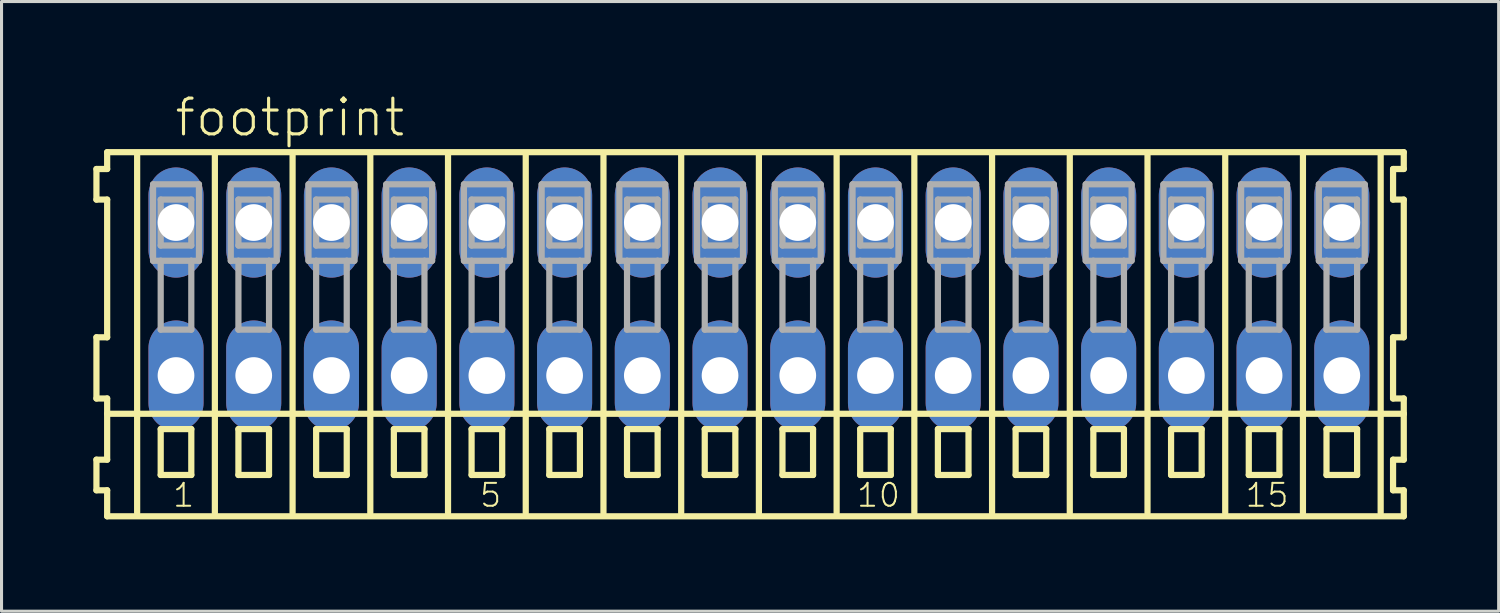
<source format=kicad_pcb>
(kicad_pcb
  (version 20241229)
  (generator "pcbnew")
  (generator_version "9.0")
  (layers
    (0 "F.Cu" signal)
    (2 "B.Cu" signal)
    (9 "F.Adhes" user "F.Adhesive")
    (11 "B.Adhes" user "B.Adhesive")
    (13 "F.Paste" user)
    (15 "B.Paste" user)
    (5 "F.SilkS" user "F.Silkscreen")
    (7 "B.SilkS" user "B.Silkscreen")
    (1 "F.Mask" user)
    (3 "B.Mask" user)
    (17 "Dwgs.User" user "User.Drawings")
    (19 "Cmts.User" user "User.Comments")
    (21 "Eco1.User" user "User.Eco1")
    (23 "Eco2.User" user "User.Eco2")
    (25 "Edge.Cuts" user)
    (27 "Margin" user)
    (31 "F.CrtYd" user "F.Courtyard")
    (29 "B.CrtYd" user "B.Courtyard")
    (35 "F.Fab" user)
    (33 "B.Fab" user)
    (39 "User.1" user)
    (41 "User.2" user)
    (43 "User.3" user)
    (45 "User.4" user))
  (footprint "footprint"
    (layer "F.Cu")
    (at 21.752 6.723)
    (property "Reference" "footprint" (at -19.15 -5.25 0) (layer "F.SilkS") (effects (font (size 1.168 1.168) (thickness 0.102)) (justify left bottom)))
    (fp_line (start -21.65 -4.25) (end -21.65 -3.25) (stroke (width 0.203) (type solid)) (layer "F.SilkS"))
    (fp_line (start -21.65 -3.25) (end -21.3 -3.25) (stroke (width 0.203) (type solid)) (layer "F.SilkS"))
    (fp_line (start -21.65 1.25) (end -21.65 3.25) (stroke (width 0.203) (type solid)) (layer "F.SilkS"))
    (fp_line (start -21.65 3.25) (end -21.3 3.25) (stroke (width 0.203) (type solid)) (layer "F.SilkS"))
    (fp_line (start -21.65 5.25) (end -21.65 6.25) (stroke (width 0.203) (type solid)) (layer "F.SilkS"))
    (fp_line (start -21.65 6.25) (end -21.3 6.25) (stroke (width 0.203) (type solid)) (layer "F.SilkS"))
    (fp_line (start -21.3 -4.8) (end -21.3 -4.25) (stroke (width 0.203) (type solid)) (layer "F.SilkS"))
    (fp_line (start -21.3 -4.25) (end -21.65 -4.25) (stroke (width 0.203) (type solid)) (layer "F.SilkS"))
    (fp_line (start -21.3 -3.25) (end -21.3 1.25) (stroke (width 0.203) (type solid)) (layer "F.SilkS"))
    (fp_line (start -21.3 1.25) (end -21.65 1.25) (stroke (width 0.203) (type solid)) (layer "F.SilkS"))
    (fp_line (start -21.3 3.25) (end -21.3 5.25) (stroke (width 0.203) (type solid)) (layer "F.SilkS"))
    (fp_line (start -21.3 3.75) (end 21.075 3.75) (stroke (width 0.203) (type solid)) (layer "F.SilkS"))
    (fp_line (start -21.3 5.25) (end -21.65 5.25) (stroke (width 0.203) (type solid)) (layer "F.SilkS"))
    (fp_line (start -21.3 6.25) (end -21.3 7.1) (stroke (width 0.203) (type solid)) (layer "F.SilkS"))
    (fp_line (start -21.3 7.1) (end 21.075 7.1) (stroke (width 0.203) (type solid)) (layer "F.SilkS"))
    (fp_line (start -20.32 6.985) (end -20.32 -4.699) (stroke (width 0.203) (type solid)) (layer "F.SilkS"))
    (fp_line (start -19.55 4.25) (end -19.55 5.75) (stroke (width 0.203) (type solid)) (layer "F.SilkS"))
    (fp_line (start -19.55 5.75) (end -18.55 5.75) (stroke (width 0.203) (type solid)) (layer "F.SilkS"))
    (fp_line (start -18.55 4.25) (end -19.55 4.25) (stroke (width 0.203) (type solid)) (layer "F.SilkS"))
    (fp_line (start -18.55 5.75) (end -18.55 4.25) (stroke (width 0.203) (type solid)) (layer "F.SilkS"))
    (fp_line (start -17.78 6.985) (end -17.78 -4.699) (stroke (width 0.203) (type solid)) (layer "F.SilkS"))
    (fp_line (start -17.01 4.25) (end -17.01 5.75) (stroke (width 0.203) (type solid)) (layer "F.SilkS"))
    (fp_line (start -17.01 5.75) (end -16.01 5.75) (stroke (width 0.203) (type solid)) (layer "F.SilkS"))
    (fp_line (start -16.01 4.25) (end -17.01 4.25) (stroke (width 0.203) (type solid)) (layer "F.SilkS"))
    (fp_line (start -16.01 5.75) (end -16.01 4.25) (stroke (width 0.203) (type solid)) (layer "F.SilkS"))
    (fp_line (start -15.24 6.985) (end -15.24 -4.699) (stroke (width 0.203) (type solid)) (layer "F.SilkS"))
    (fp_line (start -14.47 4.25) (end -14.47 5.75) (stroke (width 0.203) (type solid)) (layer "F.SilkS"))
    (fp_line (start -14.47 5.75) (end -13.47 5.75) (stroke (width 0.203) (type solid)) (layer "F.SilkS"))
    (fp_line (start -13.47 4.25) (end -14.47 4.25) (stroke (width 0.203) (type solid)) (layer "F.SilkS"))
    (fp_line (start -13.47 5.75) (end -13.47 4.25) (stroke (width 0.203) (type solid)) (layer "F.SilkS"))
    (fp_line (start -12.7 6.985) (end -12.7 -4.699) (stroke (width 0.203) (type solid)) (layer "F.SilkS"))
    (fp_line (start -11.93 4.25) (end -11.93 5.75) (stroke (width 0.203) (type solid)) (layer "F.SilkS"))
    (fp_line (start -11.93 5.75) (end -10.93 5.75) (stroke (width 0.203) (type solid)) (layer "F.SilkS"))
    (fp_line (start -10.93 4.25) (end -11.93 4.25) (stroke (width 0.203) (type solid)) (layer "F.SilkS"))
    (fp_line (start -10.93 5.75) (end -10.93 4.25) (stroke (width 0.203) (type solid)) (layer "F.SilkS"))
    (fp_line (start -10.16 6.985) (end -10.16 -4.699) (stroke (width 0.203) (type solid)) (layer "F.SilkS"))
    (fp_line (start -9.39 4.25) (end -9.39 5.75) (stroke (width 0.203) (type solid)) (layer "F.SilkS"))
    (fp_line (start -9.39 5.75) (end -8.39 5.75) (stroke (width 0.203) (type solid)) (layer "F.SilkS"))
    (fp_line (start -8.39 4.25) (end -9.39 4.25) (stroke (width 0.203) (type solid)) (layer "F.SilkS"))
    (fp_line (start -8.39 5.75) (end -8.39 4.25) (stroke (width 0.203) (type solid)) (layer "F.SilkS"))
    (fp_line (start -7.62 6.985) (end -7.62 -4.699) (stroke (width 0.203) (type solid)) (layer "F.SilkS"))
    (fp_line (start -6.85 4.25) (end -6.85 5.75) (stroke (width 0.203) (type solid)) (layer "F.SilkS"))
    (fp_line (start -6.85 5.75) (end -5.85 5.75) (stroke (width 0.203) (type solid)) (layer "F.SilkS"))
    (fp_line (start -5.85 4.25) (end -6.85 4.25) (stroke (width 0.203) (type solid)) (layer "F.SilkS"))
    (fp_line (start -5.85 5.75) (end -5.85 4.25) (stroke (width 0.203) (type solid)) (layer "F.SilkS"))
    (fp_line (start -5.08 6.985) (end -5.08 -4.699) (stroke (width 0.203) (type solid)) (layer "F.SilkS"))
    (fp_line (start -4.31 4.25) (end -4.31 5.75) (stroke (width 0.203) (type solid)) (layer "F.SilkS"))
    (fp_line (start -4.31 5.75) (end -3.31 5.75) (stroke (width 0.203) (type solid)) (layer "F.SilkS"))
    (fp_line (start -3.31 4.25) (end -4.31 4.25) (stroke (width 0.203) (type solid)) (layer "F.SilkS"))
    (fp_line (start -3.31 5.75) (end -3.31 4.25) (stroke (width 0.203) (type solid)) (layer "F.SilkS"))
    (fp_line (start -2.54 6.985) (end -2.54 -4.699) (stroke (width 0.203) (type solid)) (layer "F.SilkS"))
    (fp_line (start -1.77 4.25) (end -1.77 5.75) (stroke (width 0.203) (type solid)) (layer "F.SilkS"))
    (fp_line (start -1.77 5.75) (end -0.77 5.75) (stroke (width 0.203) (type solid)) (layer "F.SilkS"))
    (fp_line (start -0.77 4.25) (end -1.77 4.25) (stroke (width 0.203) (type solid)) (layer "F.SilkS"))
    (fp_line (start -0.77 5.75) (end -0.77 4.25) (stroke (width 0.203) (type solid)) (layer "F.SilkS"))
    (fp_line (start 0 6.985) (end 0 -4.699) (stroke (width 0.203) (type solid)) (layer "F.SilkS"))
    (fp_line (start 0.77 4.25) (end 0.77 5.75) (stroke (width 0.203) (type solid)) (layer "F.SilkS"))
    (fp_line (start 0.77 5.75) (end 1.77 5.75) (stroke (width 0.203) (type solid)) (layer "F.SilkS"))
    (fp_line (start 1.77 4.25) (end 0.77 4.25) (stroke (width 0.203) (type solid)) (layer "F.SilkS"))
    (fp_line (start 1.77 5.75) (end 1.77 4.25) (stroke (width 0.203) (type solid)) (layer "F.SilkS"))
    (fp_line (start 2.54 6.985) (end 2.54 -4.699) (stroke (width 0.203) (type solid)) (layer "F.SilkS"))
    (fp_line (start 3.31 4.25) (end 3.31 5.75) (stroke (width 0.203) (type solid)) (layer "F.SilkS"))
    (fp_line (start 3.31 5.75) (end 4.31 5.75) (stroke (width 0.203) (type solid)) (layer "F.SilkS"))
    (fp_line (start 4.31 4.25) (end 3.31 4.25) (stroke (width 0.203) (type solid)) (layer "F.SilkS"))
    (fp_line (start 4.31 5.75) (end 4.31 4.25) (stroke (width 0.203) (type solid)) (layer "F.SilkS"))
    (fp_line (start 5.08 6.985) (end 5.08 -4.699) (stroke (width 0.203) (type solid)) (layer "F.SilkS"))
    (fp_line (start 5.85 4.25) (end 5.85 5.75) (stroke (width 0.203) (type solid)) (layer "F.SilkS"))
    (fp_line (start 5.85 5.75) (end 6.85 5.75) (stroke (width 0.203) (type solid)) (layer "F.SilkS"))
    (fp_line (start 6.85 4.25) (end 5.85 4.25) (stroke (width 0.203) (type solid)) (layer "F.SilkS"))
    (fp_line (start 6.85 5.75) (end 6.85 4.25) (stroke (width 0.203) (type solid)) (layer "F.SilkS"))
    (fp_line (start 7.62 6.985) (end 7.62 -4.699) (stroke (width 0.203) (type solid)) (layer "F.SilkS"))
    (fp_line (start 8.39 4.25) (end 8.39 5.75) (stroke (width 0.203) (type solid)) (layer "F.SilkS"))
    (fp_line (start 8.39 5.75) (end 9.39 5.75) (stroke (width 0.203) (type solid)) (layer "F.SilkS"))
    (fp_line (start 9.39 4.25) (end 8.39 4.25) (stroke (width 0.203) (type solid)) (layer "F.SilkS"))
    (fp_line (start 9.39 5.75) (end 9.39 4.25) (stroke (width 0.203) (type solid)) (layer "F.SilkS"))
    (fp_line (start 10.16 6.985) (end 10.16 -4.699) (stroke (width 0.203) (type solid)) (layer "F.SilkS"))
    (fp_line (start 10.93 4.25) (end 10.93 5.75) (stroke (width 0.203) (type solid)) (layer "F.SilkS"))
    (fp_line (start 10.93 5.75) (end 11.93 5.75) (stroke (width 0.203) (type solid)) (layer "F.SilkS"))
    (fp_line (start 11.93 4.25) (end 10.93 4.25) (stroke (width 0.203) (type solid)) (layer "F.SilkS"))
    (fp_line (start 11.93 5.75) (end 11.93 4.25) (stroke (width 0.203) (type solid)) (layer "F.SilkS"))
    (fp_line (start 12.7 6.985) (end 12.7 -4.699) (stroke (width 0.203) (type solid)) (layer "F.SilkS"))
    (fp_line (start 13.47 4.25) (end 13.47 5.75) (stroke (width 0.203) (type solid)) (layer "F.SilkS"))
    (fp_line (start 13.47 5.75) (end 14.47 5.75) (stroke (width 0.203) (type solid)) (layer "F.SilkS"))
    (fp_line (start 14.47 4.25) (end 13.47 4.25) (stroke (width 0.203) (type solid)) (layer "F.SilkS"))
    (fp_line (start 14.47 5.75) (end 14.47 4.25) (stroke (width 0.203) (type solid)) (layer "F.SilkS"))
    (fp_line (start 15.24 6.985) (end 15.24 -4.699) (stroke (width 0.203) (type solid)) (layer "F.SilkS"))
    (fp_line (start 16.01 4.25) (end 16.01 5.75) (stroke (width 0.203) (type solid)) (layer "F.SilkS"))
    (fp_line (start 16.01 5.75) (end 17.01 5.75) (stroke (width 0.203) (type solid)) (layer "F.SilkS"))
    (fp_line (start 17.01 4.25) (end 16.01 4.25) (stroke (width 0.203) (type solid)) (layer "F.SilkS"))
    (fp_line (start 17.01 5.75) (end 17.01 4.25) (stroke (width 0.203) (type solid)) (layer "F.SilkS"))
    (fp_line (start 17.78 6.985) (end 17.78 -4.699) (stroke (width 0.203) (type solid)) (layer "F.SilkS"))
    (fp_line (start 18.55 4.25) (end 18.55 5.75) (stroke (width 0.203) (type solid)) (layer "F.SilkS"))
    (fp_line (start 18.55 5.75) (end 19.55 5.75) (stroke (width 0.203) (type solid)) (layer "F.SilkS"))
    (fp_line (start 19.55 4.25) (end 18.55 4.25) (stroke (width 0.203) (type solid)) (layer "F.SilkS"))
    (fp_line (start 19.55 5.75) (end 19.55 4.25) (stroke (width 0.203) (type solid)) (layer "F.SilkS"))
    (fp_line (start 20.32 6.985) (end 20.32 -4.699) (stroke (width 0.203) (type solid)) (layer "F.SilkS"))
    (fp_line (start 20.725 -4.25) (end 20.725 -3.25) (stroke (width 0.203) (type solid)) (layer "F.SilkS"))
    (fp_line (start 20.725 -3.25) (end 21.075 -3.25) (stroke (width 0.203) (type solid)) (layer "F.SilkS"))
    (fp_line (start 20.725 1.25) (end 20.725 3.25) (stroke (width 0.203) (type solid)) (layer "F.SilkS"))
    (fp_line (start 20.725 3.25) (end 21.075 3.25) (stroke (width 0.203) (type solid)) (layer "F.SilkS"))
    (fp_line (start 20.725 5.25) (end 20.725 6.25) (stroke (width 0.203) (type solid)) (layer "F.SilkS"))
    (fp_line (start 20.725 6.25) (end 21.075 6.25) (stroke (width 0.203) (type solid)) (layer "F.SilkS"))
    (fp_line (start 21.075 -4.8) (end -21.3 -4.8) (stroke (width 0.203) (type solid)) (layer "F.SilkS"))
    (fp_line (start 21.075 -4.25) (end 20.725 -4.25) (stroke (width 0.203) (type solid)) (layer "F.SilkS"))
    (fp_line (start 21.075 -4.25) (end 21.075 -4.8) (stroke (width 0.203) (type solid)) (layer "F.SilkS"))
    (fp_line (start 21.075 1.25) (end 20.725 1.25) (stroke (width 0.203) (type solid)) (layer "F.SilkS"))
    (fp_line (start 21.075 1.25) (end 21.075 -3.25) (stroke (width 0.203) (type solid)) (layer "F.SilkS"))
    (fp_line (start 21.075 3.75) (end 21.075 3.25) (stroke (width 0.203) (type solid)) (layer "F.SilkS"))
    (fp_line (start 21.075 5.25) (end 20.725 5.25) (stroke (width 0.203) (type solid)) (layer "F.SilkS"))
    (fp_line (start 21.075 5.25) (end 21.075 3.75) (stroke (width 0.203) (type solid)) (layer "F.SilkS"))
    (fp_line (start 21.075 7.1) (end 21.075 6.25) (stroke (width 0.203) (type solid)) (layer "F.SilkS"))
    (fp_line (start -19.8 -3.75) (end -19.8 -1.25) (stroke (width 0.203) (type solid)) (layer "F.Fab"))
    (fp_line (start -19.8 -1.25) (end -19.55 -1.25) (stroke (width 0.203) (type solid)) (layer "F.Fab"))
    (fp_line (start -19.55 -3.25) (end -19.55 -1.75) (stroke (width 0.203) (type solid)) (layer "F.Fab"))
    (fp_line (start -19.55 -1.75) (end -18.55 -1.75) (stroke (width 0.203) (type solid)) (layer "F.Fab"))
    (fp_line (start -19.55 -1.25) (end -19.55 1) (stroke (width 0.203) (type solid)) (layer "F.Fab"))
    (fp_line (start -19.55 -1.25) (end -18.55 -1.25) (stroke (width 0.203) (type solid)) (layer "F.Fab"))
    (fp_line (start -19.55 1) (end -18.55 1) (stroke (width 0.203) (type solid)) (layer "F.Fab"))
    (fp_line (start -18.55 -3.25) (end -19.55 -3.25) (stroke (width 0.203) (type solid)) (layer "F.Fab"))
    (fp_line (start -18.55 -1.75) (end -18.55 -3.25) (stroke (width 0.203) (type solid)) (layer "F.Fab"))
    (fp_line (start -18.55 -1.25) (end -18.3 -1.25) (stroke (width 0.203) (type solid)) (layer "F.Fab"))
    (fp_line (start -18.55 1) (end -18.55 -1.25) (stroke (width 0.203) (type solid)) (layer "F.Fab"))
    (fp_line (start -18.3 -3.75) (end -19.8 -3.75) (stroke (width 0.203) (type solid)) (layer "F.Fab"))
    (fp_line (start -18.3 -1.25) (end -18.3 -3.75) (stroke (width 0.203) (type solid)) (layer "F.Fab"))
    (fp_line (start -17.26 -3.75) (end -17.26 -1.25) (stroke (width 0.203) (type solid)) (layer "F.Fab"))
    (fp_line (start -17.26 -1.25) (end -17.01 -1.25) (stroke (width 0.203) (type solid)) (layer "F.Fab"))
    (fp_line (start -17.01 -3.25) (end -17.01 -1.75) (stroke (width 0.203) (type solid)) (layer "F.Fab"))
    (fp_line (start -17.01 -1.75) (end -16.01 -1.75) (stroke (width 0.203) (type solid)) (layer "F.Fab"))
    (fp_line (start -17.01 -1.25) (end -17.01 1) (stroke (width 0.203) (type solid)) (layer "F.Fab"))
    (fp_line (start -17.01 -1.25) (end -16.01 -1.25) (stroke (width 0.203) (type solid)) (layer "F.Fab"))
    (fp_line (start -17.01 1) (end -16.01 1) (stroke (width 0.203) (type solid)) (layer "F.Fab"))
    (fp_line (start -16.01 -3.25) (end -17.01 -3.25) (stroke (width 0.203) (type solid)) (layer "F.Fab"))
    (fp_line (start -16.01 -1.75) (end -16.01 -3.25) (stroke (width 0.203) (type solid)) (layer "F.Fab"))
    (fp_line (start -16.01 -1.25) (end -15.76 -1.25) (stroke (width 0.203) (type solid)) (layer "F.Fab"))
    (fp_line (start -16.01 1) (end -16.01 -1.25) (stroke (width 0.203) (type solid)) (layer "F.Fab"))
    (fp_line (start -15.76 -3.75) (end -17.26 -3.75) (stroke (width 0.203) (type solid)) (layer "F.Fab"))
    (fp_line (start -15.76 -1.25) (end -15.76 -3.75) (stroke (width 0.203) (type solid)) (layer "F.Fab"))
    (fp_line (start -14.72 -3.75) (end -14.72 -1.25) (stroke (width 0.203) (type solid)) (layer "F.Fab"))
    (fp_line (start -14.72 -1.25) (end -14.47 -1.25) (stroke (width 0.203) (type solid)) (layer "F.Fab"))
    (fp_line (start -14.47 -3.25) (end -14.47 -1.75) (stroke (width 0.203) (type solid)) (layer "F.Fab"))
    (fp_line (start -14.47 -1.75) (end -13.47 -1.75) (stroke (width 0.203) (type solid)) (layer "F.Fab"))
    (fp_line (start -14.47 -1.25) (end -14.47 1) (stroke (width 0.203) (type solid)) (layer "F.Fab"))
    (fp_line (start -14.47 -1.25) (end -13.47 -1.25) (stroke (width 0.203) (type solid)) (layer "F.Fab"))
    (fp_line (start -14.47 1) (end -13.47 1) (stroke (width 0.203) (type solid)) (layer "F.Fab"))
    (fp_line (start -13.47 -3.25) (end -14.47 -3.25) (stroke (width 0.203) (type solid)) (layer "F.Fab"))
    (fp_line (start -13.47 -1.75) (end -13.47 -3.25) (stroke (width 0.203) (type solid)) (layer "F.Fab"))
    (fp_line (start -13.47 -1.25) (end -13.22 -1.25) (stroke (width 0.203) (type solid)) (layer "F.Fab"))
    (fp_line (start -13.47 1) (end -13.47 -1.25) (stroke (width 0.203) (type solid)) (layer "F.Fab"))
    (fp_line (start -13.22 -3.75) (end -14.72 -3.75) (stroke (width 0.203) (type solid)) (layer "F.Fab"))
    (fp_line (start -13.22 -1.25) (end -13.22 -3.75) (stroke (width 0.203) (type solid)) (layer "F.Fab"))
    (fp_line (start -12.18 -3.75) (end -12.18 -1.25) (stroke (width 0.203) (type solid)) (layer "F.Fab"))
    (fp_line (start -12.18 -1.25) (end -11.93 -1.25) (stroke (width 0.203) (type solid)) (layer "F.Fab"))
    (fp_line (start -11.93 -3.25) (end -11.93 -1.75) (stroke (width 0.203) (type solid)) (layer "F.Fab"))
    (fp_line (start -11.93 -1.75) (end -10.93 -1.75) (stroke (width 0.203) (type solid)) (layer "F.Fab"))
    (fp_line (start -11.93 -1.25) (end -11.93 1) (stroke (width 0.203) (type solid)) (layer "F.Fab"))
    (fp_line (start -11.93 -1.25) (end -10.93 -1.25) (stroke (width 0.203) (type solid)) (layer "F.Fab"))
    (fp_line (start -11.93 1) (end -10.93 1) (stroke (width 0.203) (type solid)) (layer "F.Fab"))
    (fp_line (start -10.93 -3.25) (end -11.93 -3.25) (stroke (width 0.203) (type solid)) (layer "F.Fab"))
    (fp_line (start -10.93 -1.75) (end -10.93 -3.25) (stroke (width 0.203) (type solid)) (layer "F.Fab"))
    (fp_line (start -10.93 -1.25) (end -10.68 -1.25) (stroke (width 0.203) (type solid)) (layer "F.Fab"))
    (fp_line (start -10.93 1) (end -10.93 -1.25) (stroke (width 0.203) (type solid)) (layer "F.Fab"))
    (fp_line (start -10.68 -3.75) (end -12.18 -3.75) (stroke (width 0.203) (type solid)) (layer "F.Fab"))
    (fp_line (start -10.68 -1.25) (end -10.68 -3.75) (stroke (width 0.203) (type solid)) (layer "F.Fab"))
    (fp_line (start -9.64 -3.75) (end -9.64 -1.25) (stroke (width 0.203) (type solid)) (layer "F.Fab"))
    (fp_line (start -9.64 -1.25) (end -9.39 -1.25) (stroke (width 0.203) (type solid)) (layer "F.Fab"))
    (fp_line (start -9.39 -3.25) (end -9.39 -1.75) (stroke (width 0.203) (type solid)) (layer "F.Fab"))
    (fp_line (start -9.39 -1.75) (end -8.39 -1.75) (stroke (width 0.203) (type solid)) (layer "F.Fab"))
    (fp_line (start -9.39 -1.25) (end -9.39 1) (stroke (width 0.203) (type solid)) (layer "F.Fab"))
    (fp_line (start -9.39 -1.25) (end -8.39 -1.25) (stroke (width 0.203) (type solid)) (layer "F.Fab"))
    (fp_line (start -9.39 1) (end -8.39 1) (stroke (width 0.203) (type solid)) (layer "F.Fab"))
    (fp_line (start -8.39 -3.25) (end -9.39 -3.25) (stroke (width 0.203) (type solid)) (layer "F.Fab"))
    (fp_line (start -8.39 -1.75) (end -8.39 -3.25) (stroke (width 0.203) (type solid)) (layer "F.Fab"))
    (fp_line (start -8.39 -1.25) (end -8.14 -1.25) (stroke (width 0.203) (type solid)) (layer "F.Fab"))
    (fp_line (start -8.39 1) (end -8.39 -1.25) (stroke (width 0.203) (type solid)) (layer "F.Fab"))
    (fp_line (start -8.14 -3.75) (end -9.64 -3.75) (stroke (width 0.203) (type solid)) (layer "F.Fab"))
    (fp_line (start -8.14 -1.25) (end -8.14 -3.75) (stroke (width 0.203) (type solid)) (layer "F.Fab"))
    (fp_line (start -7.1 -3.75) (end -7.1 -1.25) (stroke (width 0.203) (type solid)) (layer "F.Fab"))
    (fp_line (start -7.1 -1.25) (end -6.85 -1.25) (stroke (width 0.203) (type solid)) (layer "F.Fab"))
    (fp_line (start -6.85 -3.25) (end -6.85 -1.75) (stroke (width 0.203) (type solid)) (layer "F.Fab"))
    (fp_line (start -6.85 -1.75) (end -5.85 -1.75) (stroke (width 0.203) (type solid)) (layer "F.Fab"))
    (fp_line (start -6.85 -1.25) (end -6.85 1) (stroke (width 0.203) (type solid)) (layer "F.Fab"))
    (fp_line (start -6.85 -1.25) (end -5.85 -1.25) (stroke (width 0.203) (type solid)) (layer "F.Fab"))
    (fp_line (start -6.85 1) (end -5.85 1) (stroke (width 0.203) (type solid)) (layer "F.Fab"))
    (fp_line (start -5.85 -3.25) (end -6.85 -3.25) (stroke (width 0.203) (type solid)) (layer "F.Fab"))
    (fp_line (start -5.85 -1.75) (end -5.85 -3.25) (stroke (width 0.203) (type solid)) (layer "F.Fab"))
    (fp_line (start -5.85 -1.25) (end -5.6 -1.25) (stroke (width 0.203) (type solid)) (layer "F.Fab"))
    (fp_line (start -5.85 1) (end -5.85 -1.25) (stroke (width 0.203) (type solid)) (layer "F.Fab"))
    (fp_line (start -5.6 -3.75) (end -7.1 -3.75) (stroke (width 0.203) (type solid)) (layer "F.Fab"))
    (fp_line (start -5.6 -1.25) (end -5.6 -3.75) (stroke (width 0.203) (type solid)) (layer "F.Fab"))
    (fp_line (start -4.56 -3.75) (end -4.56 -1.25) (stroke (width 0.203) (type solid)) (layer "F.Fab"))
    (fp_line (start -4.56 -1.25) (end -4.31 -1.25) (stroke (width 0.203) (type solid)) (layer "F.Fab"))
    (fp_line (start -4.31 -3.25) (end -4.31 -1.75) (stroke (width 0.203) (type solid)) (layer "F.Fab"))
    (fp_line (start -4.31 -1.75) (end -3.31 -1.75) (stroke (width 0.203) (type solid)) (layer "F.Fab"))
    (fp_line (start -4.31 -1.25) (end -4.31 1) (stroke (width 0.203) (type solid)) (layer "F.Fab"))
    (fp_line (start -4.31 -1.25) (end -3.31 -1.25) (stroke (width 0.203) (type solid)) (layer "F.Fab"))
    (fp_line (start -4.31 1) (end -3.31 1) (stroke (width 0.203) (type solid)) (layer "F.Fab"))
    (fp_line (start -3.31 -3.25) (end -4.31 -3.25) (stroke (width 0.203) (type solid)) (layer "F.Fab"))
    (fp_line (start -3.31 -1.75) (end -3.31 -3.25) (stroke (width 0.203) (type solid)) (layer "F.Fab"))
    (fp_line (start -3.31 -1.25) (end -3.06 -1.25) (stroke (width 0.203) (type solid)) (layer "F.Fab"))
    (fp_line (start -3.31 1) (end -3.31 -1.25) (stroke (width 0.203) (type solid)) (layer "F.Fab"))
    (fp_line (start -3.06 -3.75) (end -4.56 -3.75) (stroke (width 0.203) (type solid)) (layer "F.Fab"))
    (fp_line (start -3.06 -1.25) (end -3.06 -3.75) (stroke (width 0.203) (type solid)) (layer "F.Fab"))
    (fp_line (start -2.02 -3.75) (end -2.02 -1.25) (stroke (width 0.203) (type solid)) (layer "F.Fab"))
    (fp_line (start -2.02 -1.25) (end -1.77 -1.25) (stroke (width 0.203) (type solid)) (layer "F.Fab"))
    (fp_line (start -1.77 -3.25) (end -1.77 -1.75) (stroke (width 0.203) (type solid)) (layer "F.Fab"))
    (fp_line (start -1.77 -1.75) (end -0.77 -1.75) (stroke (width 0.203) (type solid)) (layer "F.Fab"))
    (fp_line (start -1.77 -1.25) (end -1.77 1) (stroke (width 0.203) (type solid)) (layer "F.Fab"))
    (fp_line (start -1.77 -1.25) (end -0.77 -1.25) (stroke (width 0.203) (type solid)) (layer "F.Fab"))
    (fp_line (start -1.77 1) (end -0.77 1) (stroke (width 0.203) (type solid)) (layer "F.Fab"))
    (fp_line (start -0.77 -3.25) (end -1.77 -3.25) (stroke (width 0.203) (type solid)) (layer "F.Fab"))
    (fp_line (start -0.77 -1.75) (end -0.77 -3.25) (stroke (width 0.203) (type solid)) (layer "F.Fab"))
    (fp_line (start -0.77 -1.25) (end -0.52 -1.25) (stroke (width 0.203) (type solid)) (layer "F.Fab"))
    (fp_line (start -0.77 1) (end -0.77 -1.25) (stroke (width 0.203) (type solid)) (layer "F.Fab"))
    (fp_line (start -0.52 -3.75) (end -2.02 -3.75) (stroke (width 0.203) (type solid)) (layer "F.Fab"))
    (fp_line (start -0.52 -1.25) (end -0.52 -3.75) (stroke (width 0.203) (type solid)) (layer "F.Fab"))
    (fp_line (start 0.52 -3.75) (end 0.52 -1.25) (stroke (width 0.203) (type solid)) (layer "F.Fab"))
    (fp_line (start 0.52 -1.25) (end 0.77 -1.25) (stroke (width 0.203) (type solid)) (layer "F.Fab"))
    (fp_line (start 0.77 -3.25) (end 0.77 -1.75) (stroke (width 0.203) (type solid)) (layer "F.Fab"))
    (fp_line (start 0.77 -1.75) (end 1.77 -1.75) (stroke (width 0.203) (type solid)) (layer "F.Fab"))
    (fp_line (start 0.77 -1.25) (end 0.77 1) (stroke (width 0.203) (type solid)) (layer "F.Fab"))
    (fp_line (start 0.77 -1.25) (end 1.77 -1.25) (stroke (width 0.203) (type solid)) (layer "F.Fab"))
    (fp_line (start 0.77 1) (end 1.77 1) (stroke (width 0.203) (type solid)) (layer "F.Fab"))
    (fp_line (start 1.77 -3.25) (end 0.77 -3.25) (stroke (width 0.203) (type solid)) (layer "F.Fab"))
    (fp_line (start 1.77 -1.75) (end 1.77 -3.25) (stroke (width 0.203) (type solid)) (layer "F.Fab"))
    (fp_line (start 1.77 -1.25) (end 2.02 -1.25) (stroke (width 0.203) (type solid)) (layer "F.Fab"))
    (fp_line (start 1.77 1) (end 1.77 -1.25) (stroke (width 0.203) (type solid)) (layer "F.Fab"))
    (fp_line (start 2.02 -3.75) (end 0.52 -3.75) (stroke (width 0.203) (type solid)) (layer "F.Fab"))
    (fp_line (start 2.02 -1.25) (end 2.02 -3.75) (stroke (width 0.203) (type solid)) (layer "F.Fab"))
    (fp_line (start 3.06 -3.75) (end 3.06 -1.25) (stroke (width 0.203) (type solid)) (layer "F.Fab"))
    (fp_line (start 3.06 -1.25) (end 3.31 -1.25) (stroke (width 0.203) (type solid)) (layer "F.Fab"))
    (fp_line (start 3.31 -3.25) (end 3.31 -1.75) (stroke (width 0.203) (type solid)) (layer "F.Fab"))
    (fp_line (start 3.31 -1.75) (end 4.31 -1.75) (stroke (width 0.203) (type solid)) (layer "F.Fab"))
    (fp_line (start 3.31 -1.25) (end 3.31 1) (stroke (width 0.203) (type solid)) (layer "F.Fab"))
    (fp_line (start 3.31 -1.25) (end 4.31 -1.25) (stroke (width 0.203) (type solid)) (layer "F.Fab"))
    (fp_line (start 3.31 1) (end 4.31 1) (stroke (width 0.203) (type solid)) (layer "F.Fab"))
    (fp_line (start 4.31 -3.25) (end 3.31 -3.25) (stroke (width 0.203) (type solid)) (layer "F.Fab"))
    (fp_line (start 4.31 -1.75) (end 4.31 -3.25) (stroke (width 0.203) (type solid)) (layer "F.Fab"))
    (fp_line (start 4.31 -1.25) (end 4.56 -1.25) (stroke (width 0.203) (type solid)) (layer "F.Fab"))
    (fp_line (start 4.31 1) (end 4.31 -1.25) (stroke (width 0.203) (type solid)) (layer "F.Fab"))
    (fp_line (start 4.56 -3.75) (end 3.06 -3.75) (stroke (width 0.203) (type solid)) (layer "F.Fab"))
    (fp_line (start 4.56 -1.25) (end 4.56 -3.75) (stroke (width 0.203) (type solid)) (layer "F.Fab"))
    (fp_line (start 5.6 -3.75) (end 5.6 -1.25) (stroke (width 0.203) (type solid)) (layer "F.Fab"))
    (fp_line (start 5.6 -1.25) (end 5.85 -1.25) (stroke (width 0.203) (type solid)) (layer "F.Fab"))
    (fp_line (start 5.85 -3.25) (end 5.85 -1.75) (stroke (width 0.203) (type solid)) (layer "F.Fab"))
    (fp_line (start 5.85 -1.75) (end 6.85 -1.75) (stroke (width 0.203) (type solid)) (layer "F.Fab"))
    (fp_line (start 5.85 -1.25) (end 5.85 1) (stroke (width 0.203) (type solid)) (layer "F.Fab"))
    (fp_line (start 5.85 -1.25) (end 6.85 -1.25) (stroke (width 0.203) (type solid)) (layer "F.Fab"))
    (fp_line (start 5.85 1) (end 6.85 1) (stroke (width 0.203) (type solid)) (layer "F.Fab"))
    (fp_line (start 6.85 -3.25) (end 5.85 -3.25) (stroke (width 0.203) (type solid)) (layer "F.Fab"))
    (fp_line (start 6.85 -1.75) (end 6.85 -3.25) (stroke (width 0.203) (type solid)) (layer "F.Fab"))
    (fp_line (start 6.85 -1.25) (end 7.1 -1.25) (stroke (width 0.203) (type solid)) (layer "F.Fab"))
    (fp_line (start 6.85 1) (end 6.85 -1.25) (stroke (width 0.203) (type solid)) (layer "F.Fab"))
    (fp_line (start 7.1 -3.75) (end 5.6 -3.75) (stroke (width 0.203) (type solid)) (layer "F.Fab"))
    (fp_line (start 7.1 -1.25) (end 7.1 -3.75) (stroke (width 0.203) (type solid)) (layer "F.Fab"))
    (fp_line (start 8.14 -3.75) (end 8.14 -1.25) (stroke (width 0.203) (type solid)) (layer "F.Fab"))
    (fp_line (start 8.14 -1.25) (end 8.39 -1.25) (stroke (width 0.203) (type solid)) (layer "F.Fab"))
    (fp_line (start 8.39 -3.25) (end 8.39 -1.75) (stroke (width 0.203) (type solid)) (layer "F.Fab"))
    (fp_line (start 8.39 -1.75) (end 9.39 -1.75) (stroke (width 0.203) (type solid)) (layer "F.Fab"))
    (fp_line (start 8.39 -1.25) (end 8.39 1) (stroke (width 0.203) (type solid)) (layer "F.Fab"))
    (fp_line (start 8.39 -1.25) (end 9.39 -1.25) (stroke (width 0.203) (type solid)) (layer "F.Fab"))
    (fp_line (start 8.39 1) (end 9.39 1) (stroke (width 0.203) (type solid)) (layer "F.Fab"))
    (fp_line (start 9.39 -3.25) (end 8.39 -3.25) (stroke (width 0.203) (type solid)) (layer "F.Fab"))
    (fp_line (start 9.39 -1.75) (end 9.39 -3.25) (stroke (width 0.203) (type solid)) (layer "F.Fab"))
    (fp_line (start 9.39 -1.25) (end 9.64 -1.25) (stroke (width 0.203) (type solid)) (layer "F.Fab"))
    (fp_line (start 9.39 1) (end 9.39 -1.25) (stroke (width 0.203) (type solid)) (layer "F.Fab"))
    (fp_line (start 9.64 -3.75) (end 8.14 -3.75) (stroke (width 0.203) (type solid)) (layer "F.Fab"))
    (fp_line (start 9.64 -1.25) (end 9.64 -3.75) (stroke (width 0.203) (type solid)) (layer "F.Fab"))
    (fp_line (start 10.68 -3.75) (end 10.68 -1.25) (stroke (width 0.203) (type solid)) (layer "F.Fab"))
    (fp_line (start 10.68 -1.25) (end 10.93 -1.25) (stroke (width 0.203) (type solid)) (layer "F.Fab"))
    (fp_line (start 10.93 -3.25) (end 10.93 -1.75) (stroke (width 0.203) (type solid)) (layer "F.Fab"))
    (fp_line (start 10.93 -1.75) (end 11.93 -1.75) (stroke (width 0.203) (type solid)) (layer "F.Fab"))
    (fp_line (start 10.93 -1.25) (end 10.93 1) (stroke (width 0.203) (type solid)) (layer "F.Fab"))
    (fp_line (start 10.93 -1.25) (end 11.93 -1.25) (stroke (width 0.203) (type solid)) (layer "F.Fab"))
    (fp_line (start 10.93 1) (end 11.93 1) (stroke (width 0.203) (type solid)) (layer "F.Fab"))
    (fp_line (start 11.93 -3.25) (end 10.93 -3.25) (stroke (width 0.203) (type solid)) (layer "F.Fab"))
    (fp_line (start 11.93 -1.75) (end 11.93 -3.25) (stroke (width 0.203) (type solid)) (layer "F.Fab"))
    (fp_line (start 11.93 -1.25) (end 12.18 -1.25) (stroke (width 0.203) (type solid)) (layer "F.Fab"))
    (fp_line (start 11.93 1) (end 11.93 -1.25) (stroke (width 0.203) (type solid)) (layer "F.Fab"))
    (fp_line (start 12.18 -3.75) (end 10.68 -3.75) (stroke (width 0.203) (type solid)) (layer "F.Fab"))
    (fp_line (start 12.18 -1.25) (end 12.18 -3.75) (stroke (width 0.203) (type solid)) (layer "F.Fab"))
    (fp_line (start 13.22 -3.75) (end 13.22 -1.25) (stroke (width 0.203) (type solid)) (layer "F.Fab"))
    (fp_line (start 13.22 -1.25) (end 13.47 -1.25) (stroke (width 0.203) (type solid)) (layer "F.Fab"))
    (fp_line (start 13.47 -3.25) (end 13.47 -1.75) (stroke (width 0.203) (type solid)) (layer "F.Fab"))
    (fp_line (start 13.47 -1.75) (end 14.47 -1.75) (stroke (width 0.203) (type solid)) (layer "F.Fab"))
    (fp_line (start 13.47 -1.25) (end 13.47 1) (stroke (width 0.203) (type solid)) (layer "F.Fab"))
    (fp_line (start 13.47 -1.25) (end 14.47 -1.25) (stroke (width 0.203) (type solid)) (layer "F.Fab"))
    (fp_line (start 13.47 1) (end 14.47 1) (stroke (width 0.203) (type solid)) (layer "F.Fab"))
    (fp_line (start 14.47 -3.25) (end 13.47 -3.25) (stroke (width 0.203) (type solid)) (layer "F.Fab"))
    (fp_line (start 14.47 -1.75) (end 14.47 -3.25) (stroke (width 0.203) (type solid)) (layer "F.Fab"))
    (fp_line (start 14.47 -1.25) (end 14.72 -1.25) (stroke (width 0.203) (type solid)) (layer "F.Fab"))
    (fp_line (start 14.47 1) (end 14.47 -1.25) (stroke (width 0.203) (type solid)) (layer "F.Fab"))
    (fp_line (start 14.72 -3.75) (end 13.22 -3.75) (stroke (width 0.203) (type solid)) (layer "F.Fab"))
    (fp_line (start 14.72 -1.25) (end 14.72 -3.75) (stroke (width 0.203) (type solid)) (layer "F.Fab"))
    (fp_line (start 15.76 -3.75) (end 15.76 -1.25) (stroke (width 0.203) (type solid)) (layer "F.Fab"))
    (fp_line (start 15.76 -1.25) (end 16.01 -1.25) (stroke (width 0.203) (type solid)) (layer "F.Fab"))
    (fp_line (start 16.01 -3.25) (end 16.01 -1.75) (stroke (width 0.203) (type solid)) (layer "F.Fab"))
    (fp_line (start 16.01 -1.75) (end 17.01 -1.75) (stroke (width 0.203) (type solid)) (layer "F.Fab"))
    (fp_line (start 16.01 -1.25) (end 16.01 1) (stroke (width 0.203) (type solid)) (layer "F.Fab"))
    (fp_line (start 16.01 -1.25) (end 17.01 -1.25) (stroke (width 0.203) (type solid)) (layer "F.Fab"))
    (fp_line (start 16.01 1) (end 17.01 1) (stroke (width 0.203) (type solid)) (layer "F.Fab"))
    (fp_line (start 17.01 -3.25) (end 16.01 -3.25) (stroke (width 0.203) (type solid)) (layer "F.Fab"))
    (fp_line (start 17.01 -1.75) (end 17.01 -3.25) (stroke (width 0.203) (type solid)) (layer "F.Fab"))
    (fp_line (start 17.01 -1.25) (end 17.26 -1.25) (stroke (width 0.203) (type solid)) (layer "F.Fab"))
    (fp_line (start 17.01 1) (end 17.01 -1.25) (stroke (width 0.203) (type solid)) (layer "F.Fab"))
    (fp_line (start 17.26 -3.75) (end 15.76 -3.75) (stroke (width 0.203) (type solid)) (layer "F.Fab"))
    (fp_line (start 17.26 -1.25) (end 17.26 -3.75) (stroke (width 0.203) (type solid)) (layer "F.Fab"))
    (fp_line (start 18.3 -3.75) (end 18.3 -1.25) (stroke (width 0.203) (type solid)) (layer "F.Fab"))
    (fp_line (start 18.3 -1.25) (end 18.55 -1.25) (stroke (width 0.203) (type solid)) (layer "F.Fab"))
    (fp_line (start 18.55 -3.25) (end 18.55 -1.75) (stroke (width 0.203) (type solid)) (layer "F.Fab"))
    (fp_line (start 18.55 -1.75) (end 19.55 -1.75) (stroke (width 0.203) (type solid)) (layer "F.Fab"))
    (fp_line (start 18.55 -1.25) (end 18.55 1) (stroke (width 0.203) (type solid)) (layer "F.Fab"))
    (fp_line (start 18.55 -1.25) (end 19.55 -1.25) (stroke (width 0.203) (type solid)) (layer "F.Fab"))
    (fp_line (start 18.55 1) (end 19.55 1) (stroke (width 0.203) (type solid)) (layer "F.Fab"))
    (fp_line (start 19.55 -3.25) (end 18.55 -3.25) (stroke (width 0.203) (type solid)) (layer "F.Fab"))
    (fp_line (start 19.55 -1.75) (end 19.55 -3.25) (stroke (width 0.203) (type solid)) (layer "F.Fab"))
    (fp_line (start 19.55 -1.25) (end 19.8 -1.25) (stroke (width 0.203) (type solid)) (layer "F.Fab"))
    (fp_line (start 19.55 1) (end 19.55 -1.25) (stroke (width 0.203) (type solid)) (layer "F.Fab"))
    (fp_line (start 19.8 -3.75) (end 18.3 -3.75) (stroke (width 0.203) (type solid)) (layer "F.Fab"))
    (fp_line (start 19.8 -1.25) (end 19.8 -3.75) (stroke (width 0.203) (type solid)) (layer "F.Fab"))
    (fp_text user "1" (at -19.2 6.85 0) (layer "F.SilkS") (effects (font (size 0.748 0.748) (thickness 0.065)) (justify left bottom)))
    (fp_text user "15" (at 15.852 6.85 0) (layer "F.SilkS") (effects (font (size 0.748 0.748) (thickness 0.065)) (justify left bottom)))
    (fp_text user "5" (at -9.167 6.85 0) (layer "F.SilkS") (effects (font (size 0.748 0.748) (thickness 0.065)) (justify left bottom)))
    (fp_text user "10" (at 3.152 6.85 0) (layer "F.SilkS") (effects (font (size 0.748 0.748) (thickness 0.065)) (justify left bottom)))
    (pad "A1" thru_hole oval (at -19.05 -2.5 90) (size 3.6 1.8) (drill 1.2) (layers "*.Cu" "*.Mask"))
    (pad "A2" thru_hole oval (at -16.51 -2.5 90) (size 3.6 1.8) (drill 1.2) (layers "*.Cu" "*.Mask"))
    (pad "A3" thru_hole oval (at -13.97 -2.5 90) (size 3.6 1.8) (drill 1.2) (layers "*.Cu" "*.Mask"))
    (pad "A4" thru_hole oval (at -11.43 -2.5 90) (size 3.6 1.8) (drill 1.2) (layers "*.Cu" "*.Mask"))
    (pad "A5" thru_hole oval (at -8.89 -2.5 90) (size 3.6 1.8) (drill 1.2) (layers "*.Cu" "*.Mask"))
    (pad "A6" thru_hole oval (at -6.35 -2.5 90) (size 3.6 1.8) (drill 1.2) (layers "*.Cu" "*.Mask"))
    (pad "A7" thru_hole oval (at -3.81 -2.5 90) (size 3.6 1.8) (drill 1.2) (layers "*.Cu" "*.Mask"))
    (pad "A8" thru_hole oval (at -1.27 -2.5 90) (size 3.6 1.8) (drill 1.2) (layers "*.Cu" "*.Mask"))
    (pad "A9" thru_hole oval (at 1.27 -2.5 90) (size 3.6 1.8) (drill 1.2) (layers "*.Cu" "*.Mask"))
    (pad "A10" thru_hole oval (at 3.81 -2.5 90) (size 3.6 1.8) (drill 1.2) (layers "*.Cu" "*.Mask"))
    (pad "A11" thru_hole oval (at 6.35 -2.5 90) (size 3.6 1.8) (drill 1.2) (layers "*.Cu" "*.Mask"))
    (pad "A12" thru_hole oval (at 8.89 -2.5 90) (size 3.6 1.8) (drill 1.2) (layers "*.Cu" "*.Mask"))
    (pad "A13" thru_hole oval (at 11.43 -2.5 90) (size 3.6 1.8) (drill 1.2) (layers "*.Cu" "*.Mask"))
    (pad "A14" thru_hole oval (at 13.97 -2.5 90) (size 3.6 1.8) (drill 1.2) (layers "*.Cu" "*.Mask"))
    (pad "A15" thru_hole oval (at 16.51 -2.5 90) (size 3.6 1.8) (drill 1.2) (layers "*.Cu" "*.Mask"))
    (pad "A16" thru_hole oval (at 19.05 -2.5 90) (size 3.6 1.8) (drill 1.2) (layers "*.Cu" "*.Mask"))
    (pad "B1" thru_hole oval (at -19.05 2.5 90) (size 3.6 1.8) (drill 1.2) (layers "*.Cu" "*.Mask"))
    (pad "B2" thru_hole oval (at -16.51 2.5 90) (size 3.6 1.8) (drill 1.2) (layers "*.Cu" "*.Mask"))
    (pad "B3" thru_hole oval (at -13.97 2.5 90) (size 3.6 1.8) (drill 1.2) (layers "*.Cu" "*.Mask"))
    (pad "B4" thru_hole oval (at -11.43 2.5 90) (size 3.6 1.8) (drill 1.2) (layers "*.Cu" "*.Mask"))
    (pad "B5" thru_hole oval (at -8.89 2.5 90) (size 3.6 1.8) (drill 1.2) (layers "*.Cu" "*.Mask"))
    (pad "B6" thru_hole oval (at -6.35 2.5 90) (size 3.6 1.8) (drill 1.2) (layers "*.Cu" "*.Mask"))
    (pad "B7" thru_hole oval (at -3.81 2.5 90) (size 3.6 1.8) (drill 1.2) (layers "*.Cu" "*.Mask"))
    (pad "B8" thru_hole oval (at -1.27 2.5 90) (size 3.6 1.8) (drill 1.2) (layers "*.Cu" "*.Mask"))
    (pad "B9" thru_hole oval (at 1.27 2.5 90) (size 3.6 1.8) (drill 1.2) (layers "*.Cu" "*.Mask"))
    (pad "B10" thru_hole oval (at 3.81 2.5 90) (size 3.6 1.8) (drill 1.2) (layers "*.Cu" "*.Mask"))
    (pad "B11" thru_hole oval (at 6.35 2.5 90) (size 3.6 1.8) (drill 1.2) (layers "*.Cu" "*.Mask"))
    (pad "B12" thru_hole oval (at 8.89 2.5 90) (size 3.6 1.8) (drill 1.2) (layers "*.Cu" "*.Mask"))
    (pad "B13" thru_hole oval (at 11.43 2.5 90) (size 3.6 1.8) (drill 1.2) (layers "*.Cu" "*.Mask"))
    (pad "B14" thru_hole oval (at 13.97 2.5 90) (size 3.6 1.8) (drill 1.2) (layers "*.Cu" "*.Mask"))
    (pad "B15" thru_hole oval (at 16.51 2.5 90) (size 3.6 1.8) (drill 1.2) (layers "*.Cu" "*.Mask"))
    (pad "B16" thru_hole oval (at 19.05 2.5 90) (size 3.6 1.8) (drill 1.2) (layers "*.Cu" "*.Mask")))
  (gr_rect
    (start -3 -3)
    (end 45.928 16.925)
    (stroke (width 0.1) (type default))
    (fill no)
    (layer "Edge.Cuts")))
</source>
